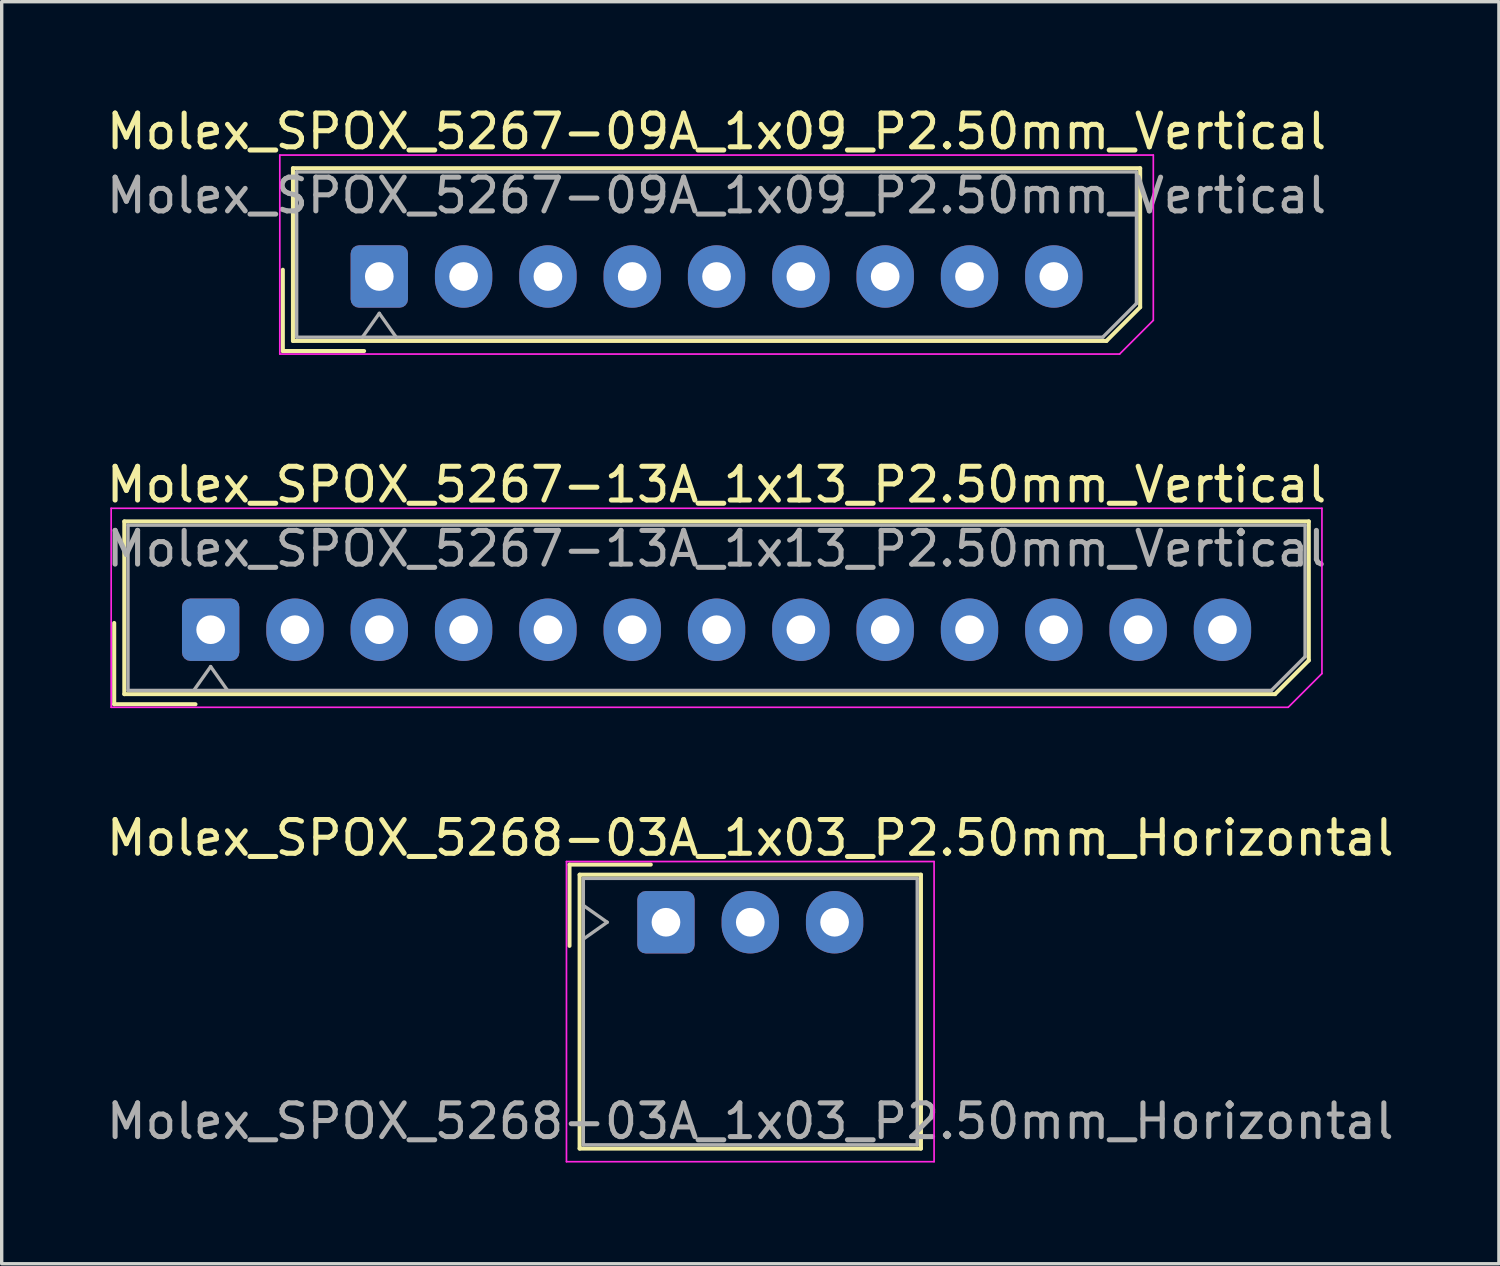
<source format=kicad_pcb>
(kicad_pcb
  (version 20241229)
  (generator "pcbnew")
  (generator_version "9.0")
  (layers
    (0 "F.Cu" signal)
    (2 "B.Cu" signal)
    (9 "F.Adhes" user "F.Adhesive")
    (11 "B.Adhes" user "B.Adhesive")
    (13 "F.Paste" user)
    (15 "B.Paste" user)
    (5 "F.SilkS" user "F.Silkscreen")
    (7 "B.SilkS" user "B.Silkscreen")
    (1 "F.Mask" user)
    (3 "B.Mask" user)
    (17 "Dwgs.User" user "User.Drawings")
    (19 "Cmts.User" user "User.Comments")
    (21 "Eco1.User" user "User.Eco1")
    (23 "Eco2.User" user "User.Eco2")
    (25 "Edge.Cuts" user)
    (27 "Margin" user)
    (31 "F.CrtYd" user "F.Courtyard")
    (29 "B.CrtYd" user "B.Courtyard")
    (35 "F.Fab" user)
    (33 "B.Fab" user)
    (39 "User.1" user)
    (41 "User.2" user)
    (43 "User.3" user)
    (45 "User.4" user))
  (footprint "Molex_SPOX_5267-09A_1x09_P2.50mm_Vertical"
    (layer "F.Cu")
    (at 8.196 5.148)
    (property "Reference" "Molex_SPOX_5267-09A_1x09_P2.50mm_Vertical" (at 10 -4.3 0) (layer "F.SilkS") (effects (font (size 1 1) (thickness 0.15))))
    (attr through_hole)
    (fp_line (start -2.86 -0.2) (end -2.86 2.21) (stroke (width 0.12) (type solid)) (layer "F.SilkS"))
    (fp_line (start -2.86 2.21) (end -0.45 2.21) (stroke (width 0.12) (type solid)) (layer "F.SilkS"))
    (fp_line (start -2.56 -3.21) (end -2.56 1.91) (stroke (width 0.12) (type solid)) (layer "F.SilkS"))
    (fp_line (start -2.56 1.91) (end 21.56 1.91) (stroke (width 0.12) (type solid)) (layer "F.SilkS"))
    (fp_line (start 21.56 1.91) (end 22.56 0.91) (stroke (width 0.12) (type solid)) (layer "F.SilkS"))
    (fp_line (start 22.56 -3.21) (end -2.56 -3.21) (stroke (width 0.12) (type solid)) (layer "F.SilkS"))
    (fp_line (start 22.56 0.91) (end 22.56 -3.21) (stroke (width 0.12) (type solid)) (layer "F.SilkS"))
    (fp_line (start -2.95 -3.6) (end -2.95 2.3) (stroke (width 0.05) (type solid)) (layer "F.CrtYd"))
    (fp_line (start -2.95 2.3) (end 21.95 2.3) (stroke (width 0.05) (type solid)) (layer "F.CrtYd"))
    (fp_line (start 21.95 2.3) (end 22.95 1.3) (stroke (width 0.05) (type solid)) (layer "F.CrtYd"))
    (fp_line (start 22.95 -3.6) (end -2.95 -3.6) (stroke (width 0.05) (type solid)) (layer "F.CrtYd"))
    (fp_line (start 22.95 1.3) (end 22.95 -3.6) (stroke (width 0.05) (type solid)) (layer "F.CrtYd"))
    (fp_line (start -2.45 -3.1) (end -2.45 1.8) (stroke (width 0.1) (type solid)) (layer "F.Fab"))
    (fp_line (start -2.45 1.8) (end 21.45 1.8) (stroke (width 0.1) (type solid)) (layer "F.Fab"))
    (fp_line (start -0.5 1.8) (end 0 1.093) (stroke (width 0.1) (type solid)) (layer "F.Fab"))
    (fp_line (start 0 1.093) (end 0.5 1.8) (stroke (width 0.1) (type solid)) (layer "F.Fab"))
    (fp_line (start 21.45 1.8) (end 22.45 0.8) (stroke (width 0.1) (type solid)) (layer "F.Fab"))
    (fp_line (start 22.45 -3.1) (end -2.45 -3.1) (stroke (width 0.1) (type solid)) (layer "F.Fab"))
    (fp_line (start 22.45 0.8) (end 22.45 -3.1) (stroke (width 0.1) (type solid)) (layer "F.Fab"))
    (fp_text user "${REFERENCE}" (at 10 -2.4 0) (layer "F.Fab") (effects (font (size 1 1) (thickness 0.15))))
    (pad "1" thru_hole roundrect (at 0 0) (size 1.7 1.85) (drill 0.85) (layers "*.Cu" "*.Mask") (roundrect_rratio 0.147))
    (pad "2" thru_hole oval (at 2.5 0) (size 1.7 1.85) (drill 0.85) (layers "*.Cu" "*.Mask"))
    (pad "3" thru_hole oval (at 5 0) (size 1.7 1.85) (drill 0.85) (layers "*.Cu" "*.Mask"))
    (pad "4" thru_hole oval (at 7.5 0) (size 1.7 1.85) (drill 0.85) (layers "*.Cu" "*.Mask"))
    (pad "5" thru_hole oval (at 10 0) (size 1.7 1.85) (drill 0.85) (layers "*.Cu" "*.Mask"))
    (pad "6" thru_hole oval (at 12.5 0) (size 1.7 1.85) (drill 0.85) (layers "*.Cu" "*.Mask"))
    (pad "7" thru_hole oval (at 15 0) (size 1.7 1.85) (drill 0.85) (layers "*.Cu" "*.Mask"))
    (pad "8" thru_hole oval (at 17.5 0) (size 1.7 1.85) (drill 0.85) (layers "*.Cu" "*.Mask"))
    (pad "9" thru_hole oval (at 20 0) (size 1.7 1.85) (drill 0.85) (layers "*.Cu" "*.Mask")))
  (footprint "Molex_SPOX_5267-13A_1x13_P2.50mm_Vertical"
    (layer "F.Cu")
    (at 3.196 15.621)
    (property "Reference" "Molex_SPOX_5267-13A_1x13_P2.50mm_Vertical" (at 15 -4.3 0) (layer "F.SilkS") (effects (font (size 1 1) (thickness 0.15))))
    (attr through_hole)
    (fp_line (start -2.86 -0.2) (end -2.86 2.21) (stroke (width 0.12) (type solid)) (layer "F.SilkS"))
    (fp_line (start -2.86 2.21) (end -0.45 2.21) (stroke (width 0.12) (type solid)) (layer "F.SilkS"))
    (fp_line (start -2.56 -3.21) (end -2.56 1.91) (stroke (width 0.12) (type solid)) (layer "F.SilkS"))
    (fp_line (start -2.56 1.91) (end 31.56 1.91) (stroke (width 0.12) (type solid)) (layer "F.SilkS"))
    (fp_line (start 31.56 1.91) (end 32.56 0.91) (stroke (width 0.12) (type solid)) (layer "F.SilkS"))
    (fp_line (start 32.56 -3.21) (end -2.56 -3.21) (stroke (width 0.12) (type solid)) (layer "F.SilkS"))
    (fp_line (start 32.56 0.91) (end 32.56 -3.21) (stroke (width 0.12) (type solid)) (layer "F.SilkS"))
    (fp_line (start -2.95 -3.6) (end -2.95 2.3) (stroke (width 0.05) (type solid)) (layer "F.CrtYd"))
    (fp_line (start -2.95 2.3) (end 31.95 2.3) (stroke (width 0.05) (type solid)) (layer "F.CrtYd"))
    (fp_line (start 31.95 2.3) (end 32.95 1.3) (stroke (width 0.05) (type solid)) (layer "F.CrtYd"))
    (fp_line (start 32.95 -3.6) (end -2.95 -3.6) (stroke (width 0.05) (type solid)) (layer "F.CrtYd"))
    (fp_line (start 32.95 1.3) (end 32.95 -3.6) (stroke (width 0.05) (type solid)) (layer "F.CrtYd"))
    (fp_line (start -2.45 -3.1) (end -2.45 1.8) (stroke (width 0.1) (type solid)) (layer "F.Fab"))
    (fp_line (start -2.45 1.8) (end 31.45 1.8) (stroke (width 0.1) (type solid)) (layer "F.Fab"))
    (fp_line (start -0.5 1.8) (end 0 1.093) (stroke (width 0.1) (type solid)) (layer "F.Fab"))
    (fp_line (start 0 1.093) (end 0.5 1.8) (stroke (width 0.1) (type solid)) (layer "F.Fab"))
    (fp_line (start 31.45 1.8) (end 32.45 0.8) (stroke (width 0.1) (type solid)) (layer "F.Fab"))
    (fp_line (start 32.45 -3.1) (end -2.45 -3.1) (stroke (width 0.1) (type solid)) (layer "F.Fab"))
    (fp_line (start 32.45 0.8) (end 32.45 -3.1) (stroke (width 0.1) (type solid)) (layer "F.Fab"))
    (fp_text user "${REFERENCE}" (at 15 -2.4 0) (layer "F.Fab") (effects (font (size 1 1) (thickness 0.15))))
    (pad "1" thru_hole roundrect (at 0 0) (size 1.7 1.85) (drill 0.85) (layers "*.Cu" "*.Mask") (roundrect_rratio 0.147))
    (pad "2" thru_hole oval (at 2.5 0) (size 1.7 1.85) (drill 0.85) (layers "*.Cu" "*.Mask"))
    (pad "3" thru_hole oval (at 5 0) (size 1.7 1.85) (drill 0.85) (layers "*.Cu" "*.Mask"))
    (pad "4" thru_hole oval (at 7.5 0) (size 1.7 1.85) (drill 0.85) (layers "*.Cu" "*.Mask"))
    (pad "5" thru_hole oval (at 10 0) (size 1.7 1.85) (drill 0.85) (layers "*.Cu" "*.Mask"))
    (pad "6" thru_hole oval (at 12.5 0) (size 1.7 1.85) (drill 0.85) (layers "*.Cu" "*.Mask"))
    (pad "7" thru_hole oval (at 15 0) (size 1.7 1.85) (drill 0.85) (layers "*.Cu" "*.Mask"))
    (pad "8" thru_hole oval (at 17.5 0) (size 1.7 1.85) (drill 0.85) (layers "*.Cu" "*.Mask"))
    (pad "9" thru_hole oval (at 20 0) (size 1.7 1.85) (drill 0.85) (layers "*.Cu" "*.Mask"))
    (pad "10" thru_hole oval (at 22.5 0) (size 1.7 1.85) (drill 0.85) (layers "*.Cu" "*.Mask"))
    (pad "11" thru_hole oval (at 25 0) (size 1.7 1.85) (drill 0.85) (layers "*.Cu" "*.Mask"))
    (pad "12" thru_hole oval (at 27.5 0) (size 1.7 1.85) (drill 0.85) (layers "*.Cu" "*.Mask"))
    (pad "13" thru_hole oval (at 30 0) (size 1.7 1.85) (drill 0.85) (layers "*.Cu" "*.Mask")))
  (footprint "Molex_SPOX_5268-03A_1x03_P2.50mm_Horizontal"
    (layer "F.Cu")
    (at 16.696 24.295)
    (property "Reference" "Molex_SPOX_5268-03A_1x03_P2.50mm_Horizontal" (at 2.5 -2.5 0) (layer "F.SilkS") (effects (font (size 1 1) (thickness 0.15))))
    (attr through_hole)
    (fp_line (start -2.86 -1.71) (end -0.45 -1.71) (stroke (width 0.12) (type solid)) (layer "F.SilkS"))
    (fp_line (start -2.86 0.7) (end -2.86 -1.71) (stroke (width 0.12) (type solid)) (layer "F.SilkS"))
    (fp_line (start -2.56 -1.41) (end -2.56 6.71) (stroke (width 0.12) (type solid)) (layer "F.SilkS"))
    (fp_line (start -2.56 6.71) (end 7.56 6.71) (stroke (width 0.12) (type solid)) (layer "F.SilkS"))
    (fp_line (start 7.56 -1.41) (end -2.56 -1.41) (stroke (width 0.12) (type solid)) (layer "F.SilkS"))
    (fp_line (start 7.56 6.71) (end 7.56 -1.41) (stroke (width 0.12) (type solid)) (layer "F.SilkS"))
    (fp_line (start -2.95 -1.8) (end -2.95 7.1) (stroke (width 0.05) (type solid)) (layer "F.CrtYd"))
    (fp_line (start -2.95 7.1) (end 7.95 7.1) (stroke (width 0.05) (type solid)) (layer "F.CrtYd"))
    (fp_line (start 7.95 -1.8) (end -2.95 -1.8) (stroke (width 0.05) (type solid)) (layer "F.CrtYd"))
    (fp_line (start 7.95 7.1) (end 7.95 -1.8) (stroke (width 0.05) (type solid)) (layer "F.CrtYd"))
    (fp_line (start -2.45 -1.3) (end -2.45 6.6) (stroke (width 0.1) (type solid)) (layer "F.Fab"))
    (fp_line (start -2.45 0.5) (end -1.743 0) (stroke (width 0.1) (type solid)) (layer "F.Fab"))
    (fp_line (start -2.45 6.6) (end 7.45 6.6) (stroke (width 0.1) (type solid)) (layer "F.Fab"))
    (fp_line (start -1.743 0) (end -2.45 -0.5) (stroke (width 0.1) (type solid)) (layer "F.Fab"))
    (fp_line (start 7.45 -1.3) (end -2.45 -1.3) (stroke (width 0.1) (type solid)) (layer "F.Fab"))
    (fp_line (start 7.45 6.6) (end 7.45 -1.3) (stroke (width 0.1) (type solid)) (layer "F.Fab"))
    (fp_text user "${REFERENCE}" (at 2.5 5.9 0) (layer "F.Fab") (effects (font (size 1 1) (thickness 0.15))))
    (pad "1" thru_hole roundrect (at 0 0) (size 1.7 1.85) (drill 0.85) (layers "*.Cu" "*.Mask") (roundrect_rratio 0.147))
    (pad "2" thru_hole oval (at 2.5 0) (size 1.7 1.85) (drill 0.85) (layers "*.Cu" "*.Mask"))
    (pad "3" thru_hole oval (at 5 0) (size 1.7 1.85) (drill 0.85) (layers "*.Cu" "*.Mask")))
  (gr_rect
    (start -3 -3)
    (end 41.393 34.42)
    (stroke (width 0.1) (type default))
    (fill no)
    (layer "Edge.Cuts")))
</source>
